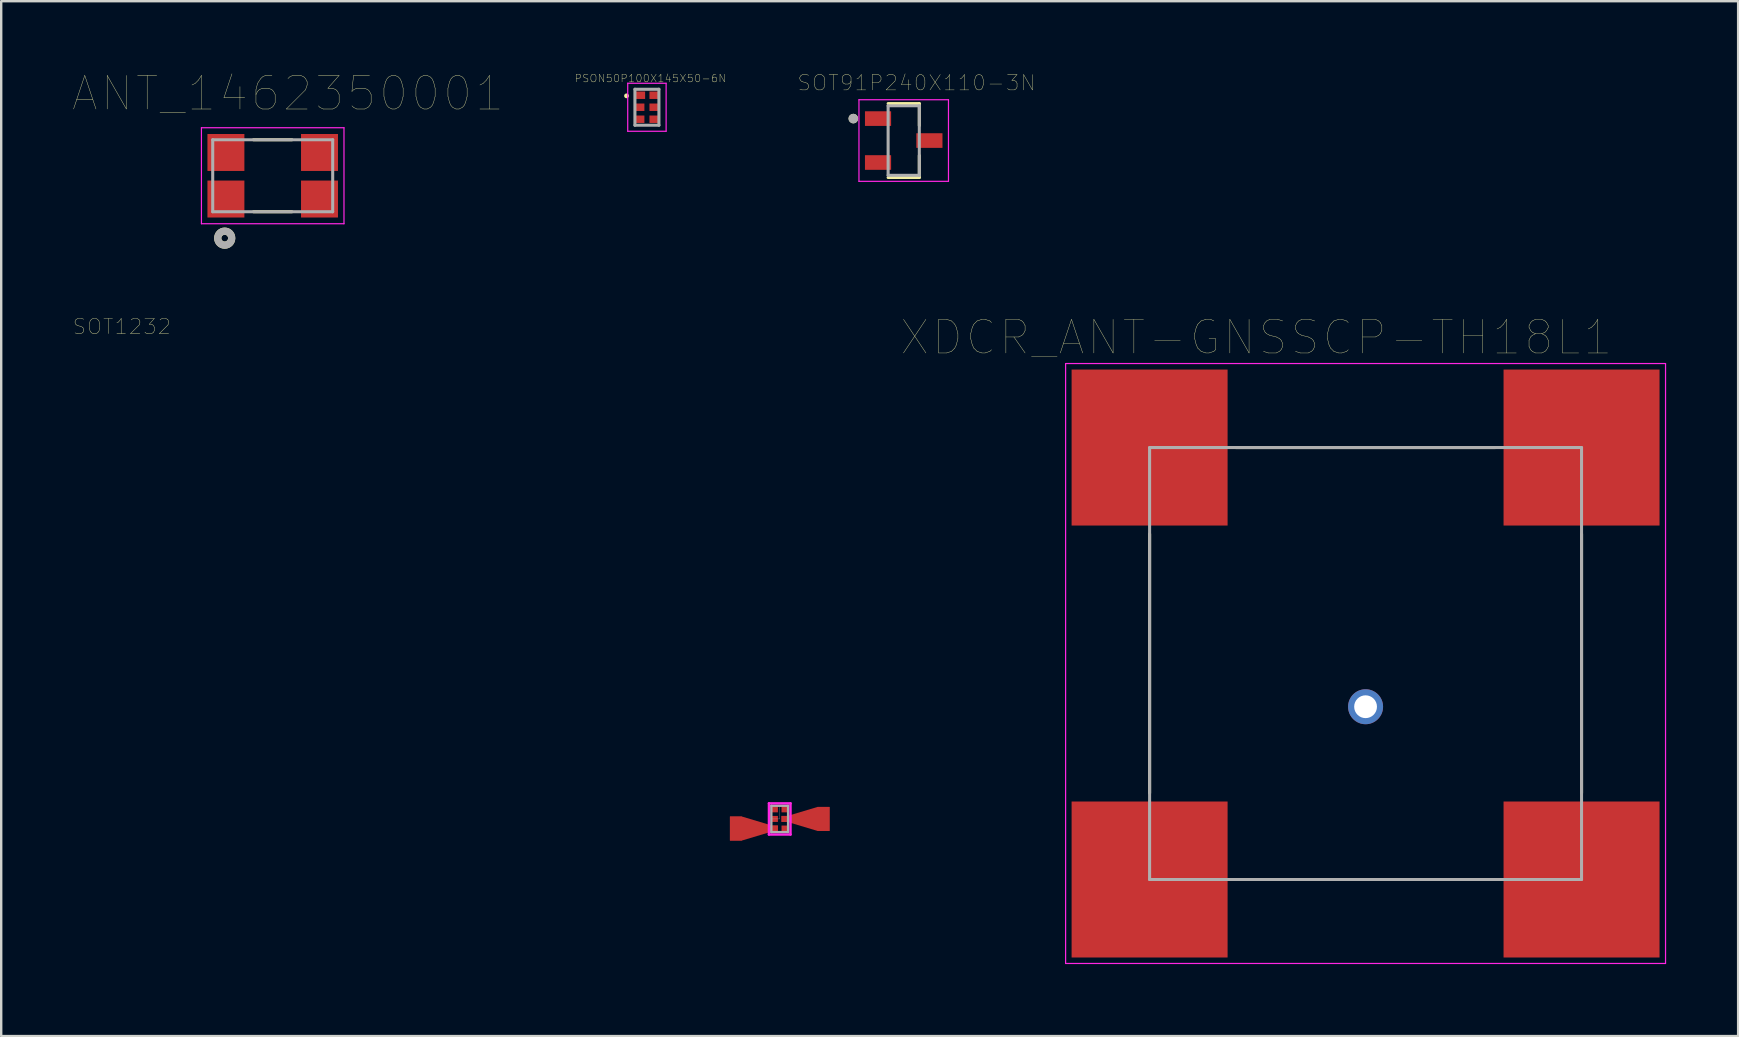
<source format=kicad_pcb>
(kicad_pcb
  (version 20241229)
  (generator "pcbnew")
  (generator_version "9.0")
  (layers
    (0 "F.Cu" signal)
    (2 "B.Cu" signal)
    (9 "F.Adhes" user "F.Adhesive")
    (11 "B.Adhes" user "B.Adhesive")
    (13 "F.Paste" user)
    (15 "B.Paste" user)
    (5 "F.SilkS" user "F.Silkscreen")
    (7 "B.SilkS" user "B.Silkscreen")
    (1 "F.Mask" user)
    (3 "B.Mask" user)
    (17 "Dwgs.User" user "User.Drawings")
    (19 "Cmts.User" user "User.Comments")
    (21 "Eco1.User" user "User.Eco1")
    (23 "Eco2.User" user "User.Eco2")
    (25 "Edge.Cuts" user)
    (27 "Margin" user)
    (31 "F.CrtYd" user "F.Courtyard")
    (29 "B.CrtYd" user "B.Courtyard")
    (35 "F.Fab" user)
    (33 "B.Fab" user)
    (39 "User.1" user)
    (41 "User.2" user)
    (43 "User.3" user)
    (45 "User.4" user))
  (footprint "ANT_1462350001"
    (layer "F.Cu")
    (at 8.314 4.274)
    (property "Reference" "ANT_1462350001" (at 0.635 -3.429 0) (layer "F.SilkS") (effects (font (size 1.4 1.4) (thickness 0.015))))
    (attr through_hole)
    (fp_line (start -0.8 -1.5) (end 0.8 -1.5) (stroke (width 0.127) (type solid)) (layer "F.SilkS"))
    (fp_line (start -0.8 1.5) (end 0.8 1.5) (stroke (width 0.127) (type solid)) (layer "F.SilkS"))
    (fp_circle (center -2 2.6) (end -1.859 2.6) (stroke (width 0.3) (type solid)) (fill no) (layer "F.SilkS"))
    (fp_line (start -2.97 -2) (end 2.97 -2) (stroke (width 0.05) (type solid)) (layer "F.CrtYd"))
    (fp_line (start -2.97 2) (end -2.97 -2) (stroke (width 0.05) (type solid)) (layer "F.CrtYd"))
    (fp_line (start 2.97 -2) (end 2.97 2) (stroke (width 0.05) (type solid)) (layer "F.CrtYd"))
    (fp_line (start 2.97 2) (end -2.97 2) (stroke (width 0.05) (type solid)) (layer "F.CrtYd"))
    (fp_line (start -2.5 -1.5) (end 2.5 -1.5) (stroke (width 0.127) (type solid)) (layer "F.Fab"))
    (fp_line (start -2.5 1.5) (end -2.5 -1.5) (stroke (width 0.127) (type solid)) (layer "F.Fab"))
    (fp_line (start 2.5 -1.5) (end 2.5 1.5) (stroke (width 0.127) (type solid)) (layer "F.Fab"))
    (fp_line (start 2.5 1.5) (end -2.5 1.5) (stroke (width 0.127) (type solid)) (layer "F.Fab"))
    (fp_circle (center -2 2.6) (end -1.859 2.6) (stroke (width 0.3) (type solid)) (fill no) (layer "F.Fab"))
    (pad "1" smd rect (at -1.95 0.97) (size 1.54 1.54) (layers "F.Cu" "F.Mask" "F.Paste"))
    (pad "2" smd rect (at 1.95 0.97) (size 1.54 1.54) (layers "F.Cu" "F.Mask" "F.Paste"))
    (pad "3" smd rect (at 1.95 -0.97) (size 1.54 1.54) (layers "F.Cu" "F.Mask" "F.Paste"))
    (pad "4" smd rect (at -1.95 -0.97) (size 1.54 1.54) (layers "F.Cu" "F.Mask" "F.Paste")))
  (footprint "PSON50P100X145X50-6N"
    (layer "F.Cu")
    (at 23.908 1.419)
    (property "Reference" "PSON50P100X145X50-6N" (at 0.141 -1.205 0) (layer "F.SilkS") (effects (font (size 0.321 0.321) (thickness 0.015))))
    (attr through_hole)
    (fp_circle (center -0.85 -0.475) (end -0.8 -0.475) (stroke (width 0.1) (type solid)) (fill no) (layer "F.SilkS"))
    (fp_line (start -0.8 -1) (end 0.8 -1) (stroke (width 0.05) (type solid)) (layer "F.CrtYd"))
    (fp_line (start -0.8 1) (end -0.8 -1) (stroke (width 0.05) (type solid)) (layer "F.CrtYd"))
    (fp_line (start 0.8 -1) (end 0.8 1) (stroke (width 0.05) (type solid)) (layer "F.CrtYd"))
    (fp_line (start 0.8 1) (end -0.8 1) (stroke (width 0.05) (type solid)) (layer "F.CrtYd"))
    (fp_line (start -0.5 -0.75) (end 0.5 -0.75) (stroke (width 0.127) (type solid)) (layer "F.Fab"))
    (fp_line (start -0.5 0.75) (end -0.5 -0.75) (stroke (width 0.127) (type solid)) (layer "F.Fab"))
    (fp_line (start 0.5 -0.75) (end 0.5 0.75) (stroke (width 0.127) (type solid)) (layer "F.Fab"))
    (fp_line (start 0.5 0.75) (end -0.5 0.75) (stroke (width 0.127) (type solid)) (layer "F.Fab"))
    (pad "1" smd rect (at -0.3 -0.5) (size 0.45 0.31) (layers "F.Cu" "F.Mask" "F.Paste"))
    (pad "2" smd rect (at -0.315 0) (size 0.42 0.31) (layers "F.Cu" "F.Mask" "F.Paste"))
    (pad "3" smd rect (at -0.315 0.5) (size 0.42 0.31) (layers "F.Cu" "F.Mask" "F.Paste"))
    (pad "4" smd rect (at 0.315 0.5) (size 0.42 0.31) (layers "F.Cu" "F.Mask" "F.Paste"))
    (pad "5" smd rect (at 0.315 0) (size 0.42 0.31) (layers "F.Cu" "F.Mask" "F.Paste"))
    (pad "6" smd rect (at 0.315 -0.5) (size 0.42 0.31) (layers "F.Cu" "F.Mask" "F.Paste")))
  (footprint "SOT1232"
    (layer "F.Cu")
    (at 29.442 31.076)
    (property "Reference" "SOT1232" (at -27.413 -20.515 0) (layer "F.SilkS") (effects (font (size 0.63 0.63) (thickness 0.015))))
    (attr through_hole)
    (fp_poly (pts (xy -0.375 -0.575) (xy 0.375 -0.575) (xy 0.375 0.575) (xy -0.375 0.575)) (stroke (width 0.01) (type solid)) (fill yes) (layer "F.Mask"))
    (fp_line (start -0.45 -0.65) (end -0.45 0.65) (stroke (width 0.1) (type solid)) (layer "F.CrtYd"))
    (fp_line (start -0.45 0.65) (end 0.45 0.65) (stroke (width 0.1) (type solid)) (layer "F.CrtYd"))
    (fp_line (start 0.45 -0.65) (end -0.45 -0.65) (stroke (width 0.1) (type solid)) (layer "F.CrtYd"))
    (fp_line (start 0.45 0.65) (end 0.45 -0.65) (stroke (width 0.1) (type solid)) (layer "F.CrtYd"))
    (fp_line (start -0.35 -0.55) (end -0.35 0.55) (stroke (width 0.1) (type solid)) (layer "F.Fab"))
    (fp_line (start -0.35 0.55) (end 0.35 0.55) (stroke (width 0.1) (type solid)) (layer "F.Fab"))
    (fp_line (start 0.35 -0.55) (end -0.35 -0.55) (stroke (width 0.1) (type solid)) (layer "F.Fab"))
    (fp_line (start 0.35 0.55) (end 0.35 -0.55) (stroke (width 0.1) (type solid)) (layer "F.Fab"))
    (fp_poly (pts (xy -0.35 -0.55) (xy 0 -0.55) (xy 0 0) (xy -0.35 0)) (stroke (width 0.01) (type solid)) (fill no) (layer "F.Fab"))
    (pad "1" smd rect (at -0.2 -0.4) (size 0.25 0.25) (layers "F.Cu" "F.Paste"))
    (pad "2" smd rect (at -0.2 0) (size 0.25 0.25) (layers "F.Cu" "F.Paste"))
    (pad "3" smd rect (at -1.825 0.4 180) (size 0.5 1) (layers "F.Cu"))
    (pad "3" smd rect (at -0.2 0.4) (size 0.25 0.25) (layers "F.Cu" "F.Paste"))
    (pad "3" smd custom (at -0.2 0.4 180) (size 0.25 0.25) (layers "F.Cu") (options (anchor rect)) (primitives (gr_poly (pts (xy -0.125 -0.125) (xy 0.125 -0.125) (xy 1.375 -0.5) (xy 1.875 -0.5) (xy 1.875 0.5) (xy 1.375 0.5) (xy 0.125 0.125) (xy -0.125 0.125)) (width 0) (fill yes))))
    (pad "4" smd rect (at 0.2 0.4) (size 0.25 0.25) (layers "F.Cu" "F.Paste"))
    (pad "5" smd rect (at 0.2 0) (size 0.25 0.25) (layers "F.Cu" "F.Paste"))
    (pad "5" smd custom (at 0.2 0) (size 0.25 0.25) (layers "F.Cu") (options (anchor rect)) (primitives (gr_poly (pts (xy -0.125 -0.125) (xy 0.125 -0.125) (xy 1.375 -0.5) (xy 1.875 -0.5) (xy 1.875 0.5) (xy 1.375 0.5) (xy 0.125 0.125) (xy -0.125 0.125)) (width 0) (fill yes))))
    (pad "5" smd rect (at 1.825 0) (size 0.5 1) (layers "F.Cu"))
    (pad "6" smd rect (at 0.2 -0.4) (size 0.25 0.25) (layers "F.Cu" "F.Paste")))
  (footprint "XDCR_ANT-GNSSCP-TH18L1"
    (layer "F.Cu")
    (at 53.855 24.6)
    (property "Reference" "XDCR_ANT-GNSSCP-TH18L1" (at -4.555 -13.589 0) (layer "F.SilkS") (effects (font (size 1.4 1.4) (thickness 0.015))))
    (attr through_hole)
    (fp_line (start -9 5.4) (end -9 -5.4) (stroke (width 0.127) (type solid)) (layer "F.SilkS"))
    (fp_line (start -5.4 -9) (end 5.4 -9) (stroke (width 0.127) (type solid)) (layer "F.SilkS"))
    (fp_line (start 5.4 9) (end -5.4 9) (stroke (width 0.127) (type solid)) (layer "F.SilkS"))
    (fp_line (start 9 5.4) (end 9 -5.4) (stroke (width 0.127) (type solid)) (layer "F.SilkS"))
    (fp_line (start -12.5 -12.5) (end 12.5 -12.5) (stroke (width 0.05) (type solid)) (layer "F.CrtYd"))
    (fp_line (start -12.5 12.5) (end -12.5 -12.5) (stroke (width 0.05) (type solid)) (layer "F.CrtYd"))
    (fp_line (start 12.5 -12.5) (end 12.5 12.5) (stroke (width 0.05) (type solid)) (layer "F.CrtYd"))
    (fp_line (start 12.5 12.5) (end -12.5 12.5) (stroke (width 0.05) (type solid)) (layer "F.CrtYd"))
    (fp_line (start -9 -9) (end 9 -9) (stroke (width 0.127) (type solid)) (layer "F.Fab"))
    (fp_line (start -9 9) (end -9 -9) (stroke (width 0.127) (type solid)) (layer "F.Fab"))
    (fp_line (start 9 -9) (end 9 9) (stroke (width 0.127) (type solid)) (layer "F.Fab"))
    (fp_line (start 9 9) (end -9 9) (stroke (width 0.127) (type solid)) (layer "F.Fab"))
    (pad "1" thru_hole circle (at 0 1.8) (size 1.458 1.458) (drill 0.95) (layers "*.Cu" "*.Mask"))
    (pad "2" smd rect (at 9 -9) (size 6.5 6.5) (layers "F.Cu" "F.Mask" "F.Paste"))
    (pad "3" smd rect (at 9 9) (size 6.5 6.5) (layers "F.Cu" "F.Mask" "F.Paste"))
    (pad "4" smd rect (at -9 9) (size 6.5 6.5) (layers "F.Cu" "F.Mask" "F.Paste"))
    (pad "5" smd rect (at -9 -9) (size 6.5 6.5) (layers "F.Cu" "F.Mask" "F.Paste")))
  (footprint "SOT91P240X110-3N"
    (layer "F.Cu")
    (at 34.609 2.807)
    (property "Reference" "SOT91P240X110-3N" (at 0.532 -2.406 0) (layer "F.SilkS") (effects (font (size 0.64 0.64) (thickness 0.015))))
    (attr through_hole)
    (fp_line (start -0.65 -1.54) (end 0.65 -1.54) (stroke (width 0.127) (type solid)) (layer "F.SilkS"))
    (fp_line (start -0.65 1.54) (end 0.65 1.54) (stroke (width 0.127) (type solid)) (layer "F.SilkS"))
    (fp_line (start 0.65 -1.54) (end 0.65 -0.625) (stroke (width 0.127) (type solid)) (layer "F.SilkS"))
    (fp_line (start 0.65 1.54) (end 0.65 0.625) (stroke (width 0.127) (type solid)) (layer "F.SilkS"))
    (fp_circle (center -2.1 -0.915) (end -2 -0.915) (stroke (width 0.2) (type solid)) (fill no) (layer "F.SilkS"))
    (fp_line (start -1.865 -1.7) (end 1.865 -1.7) (stroke (width 0.05) (type solid)) (layer "F.CrtYd"))
    (fp_line (start -1.865 1.7) (end -1.865 -1.7) (stroke (width 0.05) (type solid)) (layer "F.CrtYd"))
    (fp_line (start 1.865 1.7) (end -1.865 1.7) (stroke (width 0.05) (type solid)) (layer "F.CrtYd"))
    (fp_line (start 1.865 1.7) (end 1.865 -1.7) (stroke (width 0.05) (type solid)) (layer "F.CrtYd"))
    (fp_line (start -0.65 -1.45) (end 0.65 -1.45) (stroke (width 0.127) (type solid)) (layer "F.Fab"))
    (fp_line (start -0.65 1.45) (end -0.65 -1.45) (stroke (width 0.127) (type solid)) (layer "F.Fab"))
    (fp_line (start 0.65 -1.45) (end 0.65 1.45) (stroke (width 0.127) (type solid)) (layer "F.Fab"))
    (fp_line (start 0.65 1.45) (end -0.65 1.45) (stroke (width 0.127) (type solid)) (layer "F.Fab"))
    (fp_circle (center -2.1 -0.915) (end -2 -0.915) (stroke (width 0.2) (type solid)) (fill no) (layer "F.Fab"))
    (pad "1" smd rect (at -1.07 -0.915) (size 1.09 0.61) (layers "F.Cu" "F.Mask" "F.Paste"))
    (pad "2" smd rect (at -1.07 0.915) (size 1.09 0.61) (layers "F.Cu" "F.Mask" "F.Paste"))
    (pad "3" smd rect (at 1.07 0) (size 1.09 0.61) (layers "F.Cu" "F.Mask" "F.Paste")))
  (gr_rect
    (start -3 -3)
    (end 69.38 40.125)
    (stroke (width 0.1) (type default))
    (fill no)
    (layer "Edge.Cuts")))
</source>
